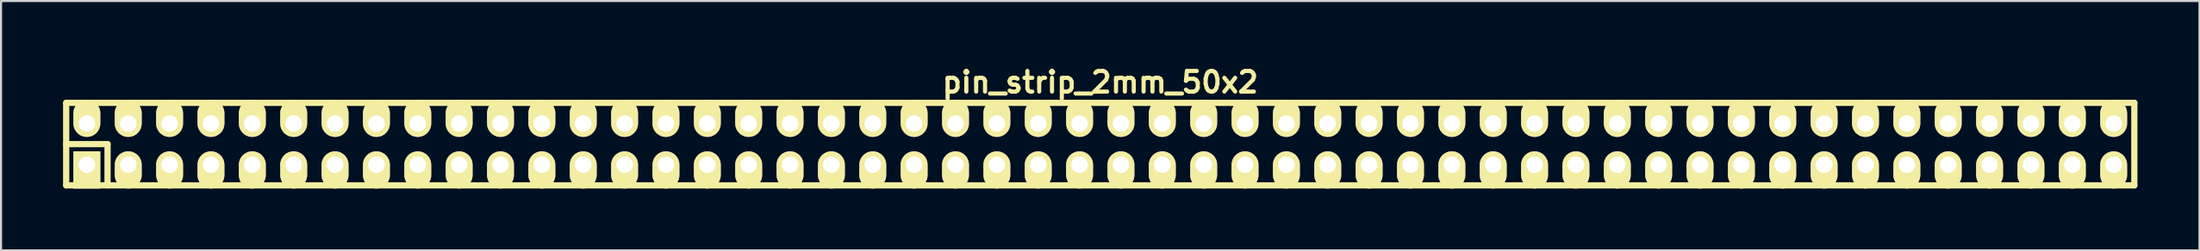
<source format=kicad_pcb>
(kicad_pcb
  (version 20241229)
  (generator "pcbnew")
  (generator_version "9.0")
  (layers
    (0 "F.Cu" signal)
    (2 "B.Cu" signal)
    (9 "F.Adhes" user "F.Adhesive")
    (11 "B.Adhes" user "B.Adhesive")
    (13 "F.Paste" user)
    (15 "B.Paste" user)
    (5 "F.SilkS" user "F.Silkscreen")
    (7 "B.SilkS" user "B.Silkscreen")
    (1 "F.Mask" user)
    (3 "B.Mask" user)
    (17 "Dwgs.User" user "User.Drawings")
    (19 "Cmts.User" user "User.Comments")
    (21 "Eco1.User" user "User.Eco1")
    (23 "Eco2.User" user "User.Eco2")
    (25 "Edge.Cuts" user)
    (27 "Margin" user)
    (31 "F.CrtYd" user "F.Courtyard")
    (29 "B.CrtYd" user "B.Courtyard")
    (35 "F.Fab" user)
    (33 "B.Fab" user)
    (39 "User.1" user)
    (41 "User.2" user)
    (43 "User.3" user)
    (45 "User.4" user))
  (footprint "pin_strip_2mm_50x2"
    (layer "F.Cu")
    (at 50.15 3.936)
    (property "Reference" "pin_strip_2mm_50x2" (at 0 -3 0) (layer "F.SilkS") (effects (font (size 1 1) (thickness 0.2))))
    (attr through_hole)
    (fp_line (start -50 -2) (end 50 -2) (stroke (width 0.3) (type solid)) (layer "F.SilkS"))
    (fp_line (start -50 0) (end -48 0) (stroke (width 0.3) (type solid)) (layer "F.SilkS"))
    (fp_line (start -50 2) (end -50 -2) (stroke (width 0.3) (type solid)) (layer "F.SilkS"))
    (fp_line (start -48 0) (end -48 2) (stroke (width 0.3) (type solid)) (layer "F.SilkS"))
    (fp_line (start 50 -2) (end 50 2) (stroke (width 0.3) (type solid)) (layer "F.SilkS"))
    (fp_line (start 50 2) (end -50 2) (stroke (width 0.3) (type solid)) (layer "F.SilkS"))
    (pad "1" thru_hole rect (at -49 1) (size 1.3 1.8) (drill 0.8 (offset 0 0.25)) (layers "*.Cu" "*.Mask" "F.SilkS"))
    (pad "2" thru_hole oval (at -49 -1) (size 1.3 1.8) (drill 0.8 (offset 0 -0.25)) (layers "*.Cu" "*.Mask" "F.SilkS"))
    (pad "3" thru_hole oval (at -47 1) (size 1.3 1.8) (drill 0.8 (offset 0 0.25)) (layers "*.Cu" "*.Mask" "F.SilkS"))
    (pad "4" thru_hole oval (at -47 -1) (size 1.3 1.8) (drill 0.8 (offset 0 -0.25)) (layers "*.Cu" "*.Mask" "F.SilkS"))
    (pad "5" thru_hole oval (at -45 1) (size 1.3 1.8) (drill 0.8 (offset 0 0.25)) (layers "*.Cu" "*.Mask" "F.SilkS"))
    (pad "6" thru_hole oval (at -45 -1) (size 1.3 1.8) (drill 0.8 (offset 0 -0.25)) (layers "*.Cu" "*.Mask" "F.SilkS"))
    (pad "7" thru_hole oval (at -43 1) (size 1.3 1.8) (drill 0.8 (offset 0 0.25)) (layers "*.Cu" "*.Mask" "F.SilkS"))
    (pad "8" thru_hole oval (at -43 -1) (size 1.3 1.8) (drill 0.8 (offset 0 -0.25)) (layers "*.Cu" "*.Mask" "F.SilkS"))
    (pad "9" thru_hole oval (at -41 1) (size 1.3 1.8) (drill 0.8 (offset 0 0.25)) (layers "*.Cu" "*.Mask" "F.SilkS"))
    (pad "10" thru_hole oval (at -41 -1) (size 1.3 1.8) (drill 0.8 (offset 0 -0.25)) (layers "*.Cu" "*.Mask" "F.SilkS"))
    (pad "11" thru_hole oval (at -39 1) (size 1.3 1.8) (drill 0.8 (offset 0 0.25)) (layers "*.Cu" "*.Mask" "F.SilkS"))
    (pad "12" thru_hole oval (at -39 -1) (size 1.3 1.8) (drill 0.8 (offset 0 -0.25)) (layers "*.Cu" "*.Mask" "F.SilkS"))
    (pad "13" thru_hole oval (at -37 1) (size 1.3 1.8) (drill 0.8 (offset 0 0.25)) (layers "*.Cu" "*.Mask" "F.SilkS"))
    (pad "14" thru_hole oval (at -37 -1) (size 1.3 1.8) (drill 0.8 (offset 0 -0.25)) (layers "*.Cu" "*.Mask" "F.SilkS"))
    (pad "15" thru_hole oval (at -35 1) (size 1.3 1.8) (drill 0.8 (offset 0 0.25)) (layers "*.Cu" "*.Mask" "F.SilkS"))
    (pad "16" thru_hole oval (at -35 -1) (size 1.3 1.8) (drill 0.8 (offset 0 -0.25)) (layers "*.Cu" "*.Mask" "F.SilkS"))
    (pad "17" thru_hole oval (at -33 1) (size 1.3 1.8) (drill 0.8 (offset 0 0.25)) (layers "*.Cu" "*.Mask" "F.SilkS"))
    (pad "18" thru_hole oval (at -33 -1) (size 1.3 1.8) (drill 0.8 (offset 0 -0.25)) (layers "*.Cu" "*.Mask" "F.SilkS"))
    (pad "19" thru_hole oval (at -31 1) (size 1.3 1.8) (drill 0.8 (offset 0 0.25)) (layers "*.Cu" "*.Mask" "F.SilkS"))
    (pad "20" thru_hole oval (at -31 -1) (size 1.3 1.8) (drill 0.8 (offset 0 -0.25)) (layers "*.Cu" "*.Mask" "F.SilkS"))
    (pad "21" thru_hole oval (at -29 1) (size 1.3 1.8) (drill 0.8 (offset 0 0.25)) (layers "*.Cu" "*.Mask" "F.SilkS"))
    (pad "22" thru_hole oval (at -29 -1) (size 1.3 1.8) (drill 0.8 (offset 0 -0.25)) (layers "*.Cu" "*.Mask" "F.SilkS"))
    (pad "23" thru_hole oval (at -27 1) (size 1.3 1.8) (drill 0.8 (offset 0 0.25)) (layers "*.Cu" "*.Mask" "F.SilkS"))
    (pad "24" thru_hole oval (at -27 -1) (size 1.3 1.8) (drill 0.8 (offset 0 -0.25)) (layers "*.Cu" "*.Mask" "F.SilkS"))
    (pad "25" thru_hole oval (at -25 1) (size 1.3 1.8) (drill 0.8 (offset 0 0.25)) (layers "*.Cu" "*.Mask" "F.SilkS"))
    (pad "26" thru_hole oval (at -25 -1) (size 1.3 1.8) (drill 0.8 (offset 0 -0.25)) (layers "*.Cu" "*.Mask" "F.SilkS"))
    (pad "27" thru_hole oval (at -23 1) (size 1.3 1.8) (drill 0.8 (offset 0 0.25)) (layers "*.Cu" "*.Mask" "F.SilkS"))
    (pad "28" thru_hole oval (at -23 -1) (size 1.3 1.8) (drill 0.8 (offset 0 -0.25)) (layers "*.Cu" "*.Mask" "F.SilkS"))
    (pad "29" thru_hole oval (at -21 1) (size 1.3 1.8) (drill 0.8 (offset 0 0.25)) (layers "*.Cu" "*.Mask" "F.SilkS"))
    (pad "30" thru_hole oval (at -21 -1) (size 1.3 1.8) (drill 0.8 (offset 0 -0.25)) (layers "*.Cu" "*.Mask" "F.SilkS"))
    (pad "31" thru_hole oval (at -19 1) (size 1.3 1.8) (drill 0.8 (offset 0 0.25)) (layers "*.Cu" "*.Mask" "F.SilkS"))
    (pad "32" thru_hole oval (at -19 -1) (size 1.3 1.8) (drill 0.8 (offset 0 -0.25)) (layers "*.Cu" "*.Mask" "F.SilkS"))
    (pad "33" thru_hole oval (at -17 1) (size 1.3 1.8) (drill 0.8 (offset 0 0.25)) (layers "*.Cu" "*.Mask" "F.SilkS"))
    (pad "34" thru_hole oval (at -17 -1) (size 1.3 1.8) (drill 0.8 (offset 0 -0.25)) (layers "*.Cu" "*.Mask" "F.SilkS"))
    (pad "35" thru_hole oval (at -15 1) (size 1.3 1.8) (drill 0.8 (offset 0 0.25)) (layers "*.Cu" "*.Mask" "F.SilkS"))
    (pad "36" thru_hole oval (at -15 -1) (size 1.3 1.8) (drill 0.8 (offset 0 -0.25)) (layers "*.Cu" "*.Mask" "F.SilkS"))
    (pad "37" thru_hole oval (at -13 1) (size 1.3 1.8) (drill 0.8 (offset 0 0.25)) (layers "*.Cu" "*.Mask" "F.SilkS"))
    (pad "38" thru_hole oval (at -13 -1) (size 1.3 1.8) (drill 0.8 (offset 0 -0.25)) (layers "*.Cu" "*.Mask" "F.SilkS"))
    (pad "39" thru_hole oval (at -11 1) (size 1.3 1.8) (drill 0.8 (offset 0 0.25)) (layers "*.Cu" "*.Mask" "F.SilkS"))
    (pad "40" thru_hole oval (at -11 -1) (size 1.3 1.8) (drill 0.8 (offset 0 -0.25)) (layers "*.Cu" "*.Mask" "F.SilkS"))
    (pad "41" thru_hole oval (at -9 1) (size 1.3 1.8) (drill 0.8 (offset 0 0.25)) (layers "*.Cu" "*.Mask" "F.SilkS"))
    (pad "42" thru_hole oval (at -9 -1) (size 1.3 1.8) (drill 0.8 (offset 0 -0.25)) (layers "*.Cu" "*.Mask" "F.SilkS"))
    (pad "43" thru_hole oval (at -7 1) (size 1.3 1.8) (drill 0.8 (offset 0 0.25)) (layers "*.Cu" "*.Mask" "F.SilkS"))
    (pad "44" thru_hole oval (at -7 -1) (size 1.3 1.8) (drill 0.8 (offset 0 -0.25)) (layers "*.Cu" "*.Mask" "F.SilkS"))
    (pad "45" thru_hole oval (at -5 1) (size 1.3 1.8) (drill 0.8 (offset 0 0.25)) (layers "*.Cu" "*.Mask" "F.SilkS"))
    (pad "46" thru_hole oval (at -5 -1) (size 1.3 1.8) (drill 0.8 (offset 0 -0.25)) (layers "*.Cu" "*.Mask" "F.SilkS"))
    (pad "47" thru_hole oval (at -3 1) (size 1.3 1.8) (drill 0.8 (offset 0 0.25)) (layers "*.Cu" "*.Mask" "F.SilkS"))
    (pad "48" thru_hole oval (at -3 -1) (size 1.3 1.8) (drill 0.8 (offset 0 -0.25)) (layers "*.Cu" "*.Mask" "F.SilkS"))
    (pad "49" thru_hole oval (at -1 1) (size 1.3 1.8) (drill 0.8 (offset 0 0.25)) (layers "*.Cu" "*.Mask" "F.SilkS"))
    (pad "50" thru_hole oval (at -1 -1) (size 1.3 1.8) (drill 0.8 (offset 0 -0.25)) (layers "*.Cu" "*.Mask" "F.SilkS"))
    (pad "51" thru_hole oval (at 1 1) (size 1.3 1.8) (drill 0.8 (offset 0 0.25)) (layers "*.Cu" "*.Mask" "F.SilkS"))
    (pad "52" thru_hole oval (at 1 -1) (size 1.3 1.8) (drill 0.8 (offset 0 -0.25)) (layers "*.Cu" "*.Mask" "F.SilkS"))
    (pad "53" thru_hole oval (at 3 1) (size 1.3 1.8) (drill 0.8 (offset 0 0.25)) (layers "*.Cu" "*.Mask" "F.SilkS"))
    (pad "54" thru_hole oval (at 3 -1) (size 1.3 1.8) (drill 0.8 (offset 0 -0.25)) (layers "*.Cu" "*.Mask" "F.SilkS"))
    (pad "55" thru_hole oval (at 5 1) (size 1.3 1.8) (drill 0.8 (offset 0 0.25)) (layers "*.Cu" "*.Mask" "F.SilkS"))
    (pad "56" thru_hole oval (at 5 -1) (size 1.3 1.8) (drill 0.8 (offset 0 -0.25)) (layers "*.Cu" "*.Mask" "F.SilkS"))
    (pad "57" thru_hole oval (at 7 1) (size 1.3 1.8) (drill 0.8 (offset 0 0.25)) (layers "*.Cu" "*.Mask" "F.SilkS"))
    (pad "58" thru_hole oval (at 7 -1) (size 1.3 1.8) (drill 0.8 (offset 0 -0.25)) (layers "*.Cu" "*.Mask" "F.SilkS"))
    (pad "59" thru_hole oval (at 9 1) (size 1.3 1.8) (drill 0.8 (offset 0 0.25)) (layers "*.Cu" "*.Mask" "F.SilkS"))
    (pad "60" thru_hole oval (at 9 -1) (size 1.3 1.8) (drill 0.8 (offset 0 -0.25)) (layers "*.Cu" "*.Mask" "F.SilkS"))
    (pad "61" thru_hole oval (at 11 1) (size 1.3 1.8) (drill 0.8 (offset 0 0.25)) (layers "*.Cu" "*.Mask" "F.SilkS"))
    (pad "62" thru_hole oval (at 11 -1) (size 1.3 1.8) (drill 0.8 (offset 0 -0.25)) (layers "*.Cu" "*.Mask" "F.SilkS"))
    (pad "63" thru_hole oval (at 13 1) (size 1.3 1.8) (drill 0.8 (offset 0 0.25)) (layers "*.Cu" "*.Mask" "F.SilkS"))
    (pad "64" thru_hole oval (at 13 -1) (size 1.3 1.8) (drill 0.8 (offset 0 -0.25)) (layers "*.Cu" "*.Mask" "F.SilkS"))
    (pad "65" thru_hole oval (at 15 1) (size 1.3 1.8) (drill 0.8 (offset 0 0.25)) (layers "*.Cu" "*.Mask" "F.SilkS"))
    (pad "66" thru_hole oval (at 15 -1) (size 1.3 1.8) (drill 0.8 (offset 0 -0.25)) (layers "*.Cu" "*.Mask" "F.SilkS"))
    (pad "67" thru_hole oval (at 17 1) (size 1.3 1.8) (drill 0.8 (offset 0 0.25)) (layers "*.Cu" "*.Mask" "F.SilkS"))
    (pad "68" thru_hole oval (at 17 -1) (size 1.3 1.8) (drill 0.8 (offset 0 -0.25)) (layers "*.Cu" "*.Mask" "F.SilkS"))
    (pad "69" thru_hole oval (at 19 1) (size 1.3 1.8) (drill 0.8 (offset 0 0.25)) (layers "*.Cu" "*.Mask" "F.SilkS"))
    (pad "70" thru_hole oval (at 19 -1) (size 1.3 1.8) (drill 0.8 (offset 0 -0.25)) (layers "*.Cu" "*.Mask" "F.SilkS"))
    (pad "71" thru_hole oval (at 21 1) (size 1.3 1.8) (drill 0.8 (offset 0 0.25)) (layers "*.Cu" "*.Mask" "F.SilkS"))
    (pad "72" thru_hole oval (at 21 -1) (size 1.3 1.8) (drill 0.8 (offset 0 -0.25)) (layers "*.Cu" "*.Mask" "F.SilkS"))
    (pad "73" thru_hole oval (at 23 1) (size 1.3 1.8) (drill 0.8 (offset 0 0.25)) (layers "*.Cu" "*.Mask" "F.SilkS"))
    (pad "74" thru_hole oval (at 23 -1) (size 1.3 1.8) (drill 0.8 (offset 0 -0.25)) (layers "*.Cu" "*.Mask" "F.SilkS"))
    (pad "75" thru_hole oval (at 25 1) (size 1.3 1.8) (drill 0.8 (offset 0 0.25)) (layers "*.Cu" "*.Mask" "F.SilkS"))
    (pad "76" thru_hole oval (at 25 -1) (size 1.3 1.8) (drill 0.8 (offset 0 -0.25)) (layers "*.Cu" "*.Mask" "F.SilkS"))
    (pad "77" thru_hole oval (at 27 1) (size 1.3 1.8) (drill 0.8 (offset 0 0.25)) (layers "*.Cu" "*.Mask" "F.SilkS"))
    (pad "78" thru_hole oval (at 27 -1) (size 1.3 1.8) (drill 0.8 (offset 0 -0.25)) (layers "*.Cu" "*.Mask" "F.SilkS"))
    (pad "79" thru_hole oval (at 29 1) (size 1.3 1.8) (drill 0.8 (offset 0 0.25)) (layers "*.Cu" "*.Mask" "F.SilkS"))
    (pad "80" thru_hole oval (at 29 -1) (size 1.3 1.8) (drill 0.8 (offset 0 -0.25)) (layers "*.Cu" "*.Mask" "F.SilkS"))
    (pad "81" thru_hole oval (at 31 1) (size 1.3 1.8) (drill 0.8 (offset 0 0.25)) (layers "*.Cu" "*.Mask" "F.SilkS"))
    (pad "82" thru_hole oval (at 31 -1) (size 1.3 1.8) (drill 0.8 (offset 0 -0.25)) (layers "*.Cu" "*.Mask" "F.SilkS"))
    (pad "83" thru_hole oval (at 33 1) (size 1.3 1.8) (drill 0.8 (offset 0 0.25)) (layers "*.Cu" "*.Mask" "F.SilkS"))
    (pad "84" thru_hole oval (at 33 -1) (size 1.3 1.8) (drill 0.8 (offset 0 -0.25)) (layers "*.Cu" "*.Mask" "F.SilkS"))
    (pad "85" thru_hole oval (at 35 1) (size 1.3 1.8) (drill 0.8 (offset 0 0.25)) (layers "*.Cu" "*.Mask" "F.SilkS"))
    (pad "86" thru_hole oval (at 35 -1) (size 1.3 1.8) (drill 0.8 (offset 0 -0.25)) (layers "*.Cu" "*.Mask" "F.SilkS"))
    (pad "87" thru_hole oval (at 37 1) (size 1.3 1.8) (drill 0.8 (offset 0 0.25)) (layers "*.Cu" "*.Mask" "F.SilkS"))
    (pad "88" thru_hole oval (at 37 -1) (size 1.3 1.8) (drill 0.8 (offset 0 -0.25)) (layers "*.Cu" "*.Mask" "F.SilkS"))
    (pad "89" thru_hole oval (at 39 1) (size 1.3 1.8) (drill 0.8 (offset 0 0.25)) (layers "*.Cu" "*.Mask" "F.SilkS"))
    (pad "90" thru_hole oval (at 39 -1) (size 1.3 1.8) (drill 0.8 (offset 0 -0.25)) (layers "*.Cu" "*.Mask" "F.SilkS"))
    (pad "91" thru_hole oval (at 41 1) (size 1.3 1.8) (drill 0.8 (offset 0 0.25)) (layers "*.Cu" "*.Mask" "F.SilkS"))
    (pad "92" thru_hole oval (at 41 -1) (size 1.3 1.8) (drill 0.8 (offset 0 -0.25)) (layers "*.Cu" "*.Mask" "F.SilkS"))
    (pad "93" thru_hole oval (at 43 1) (size 1.3 1.8) (drill 0.8 (offset 0 0.25)) (layers "*.Cu" "*.Mask" "F.SilkS"))
    (pad "94" thru_hole oval (at 43 -1) (size 1.3 1.8) (drill 0.8 (offset 0 -0.25)) (layers "*.Cu" "*.Mask" "F.SilkS"))
    (pad "95" thru_hole oval (at 45 1) (size 1.3 1.8) (drill 0.8 (offset 0 0.25)) (layers "*.Cu" "*.Mask" "F.SilkS"))
    (pad "96" thru_hole oval (at 45 -1) (size 1.3 1.8) (drill 0.8 (offset 0 -0.25)) (layers "*.Cu" "*.Mask" "F.SilkS"))
    (pad "97" thru_hole oval (at 47 1) (size 1.3 1.8) (drill 0.8 (offset 0 0.25)) (layers "*.Cu" "*.Mask" "F.SilkS"))
    (pad "98" thru_hole oval (at 47 -1) (size 1.3 1.8) (drill 0.8 (offset 0 -0.25)) (layers "*.Cu" "*.Mask" "F.SilkS"))
    (pad "99" thru_hole oval (at 49 1) (size 1.3 1.8) (drill 0.8 (offset 0 0.25)) (layers "*.Cu" "*.Mask" "F.SilkS"))
    (pad "100" thru_hole oval (at 49 -1) (size 1.3 1.8) (drill 0.8 (offset 0 -0.25)) (layers "*.Cu" "*.Mask" "F.SilkS")))
  (gr_rect
    (start -3 -3)
    (end 103.3 9.086)
    (stroke (width 0.1) (type default))
    (fill no)
    (layer "Edge.Cuts")))
</source>
